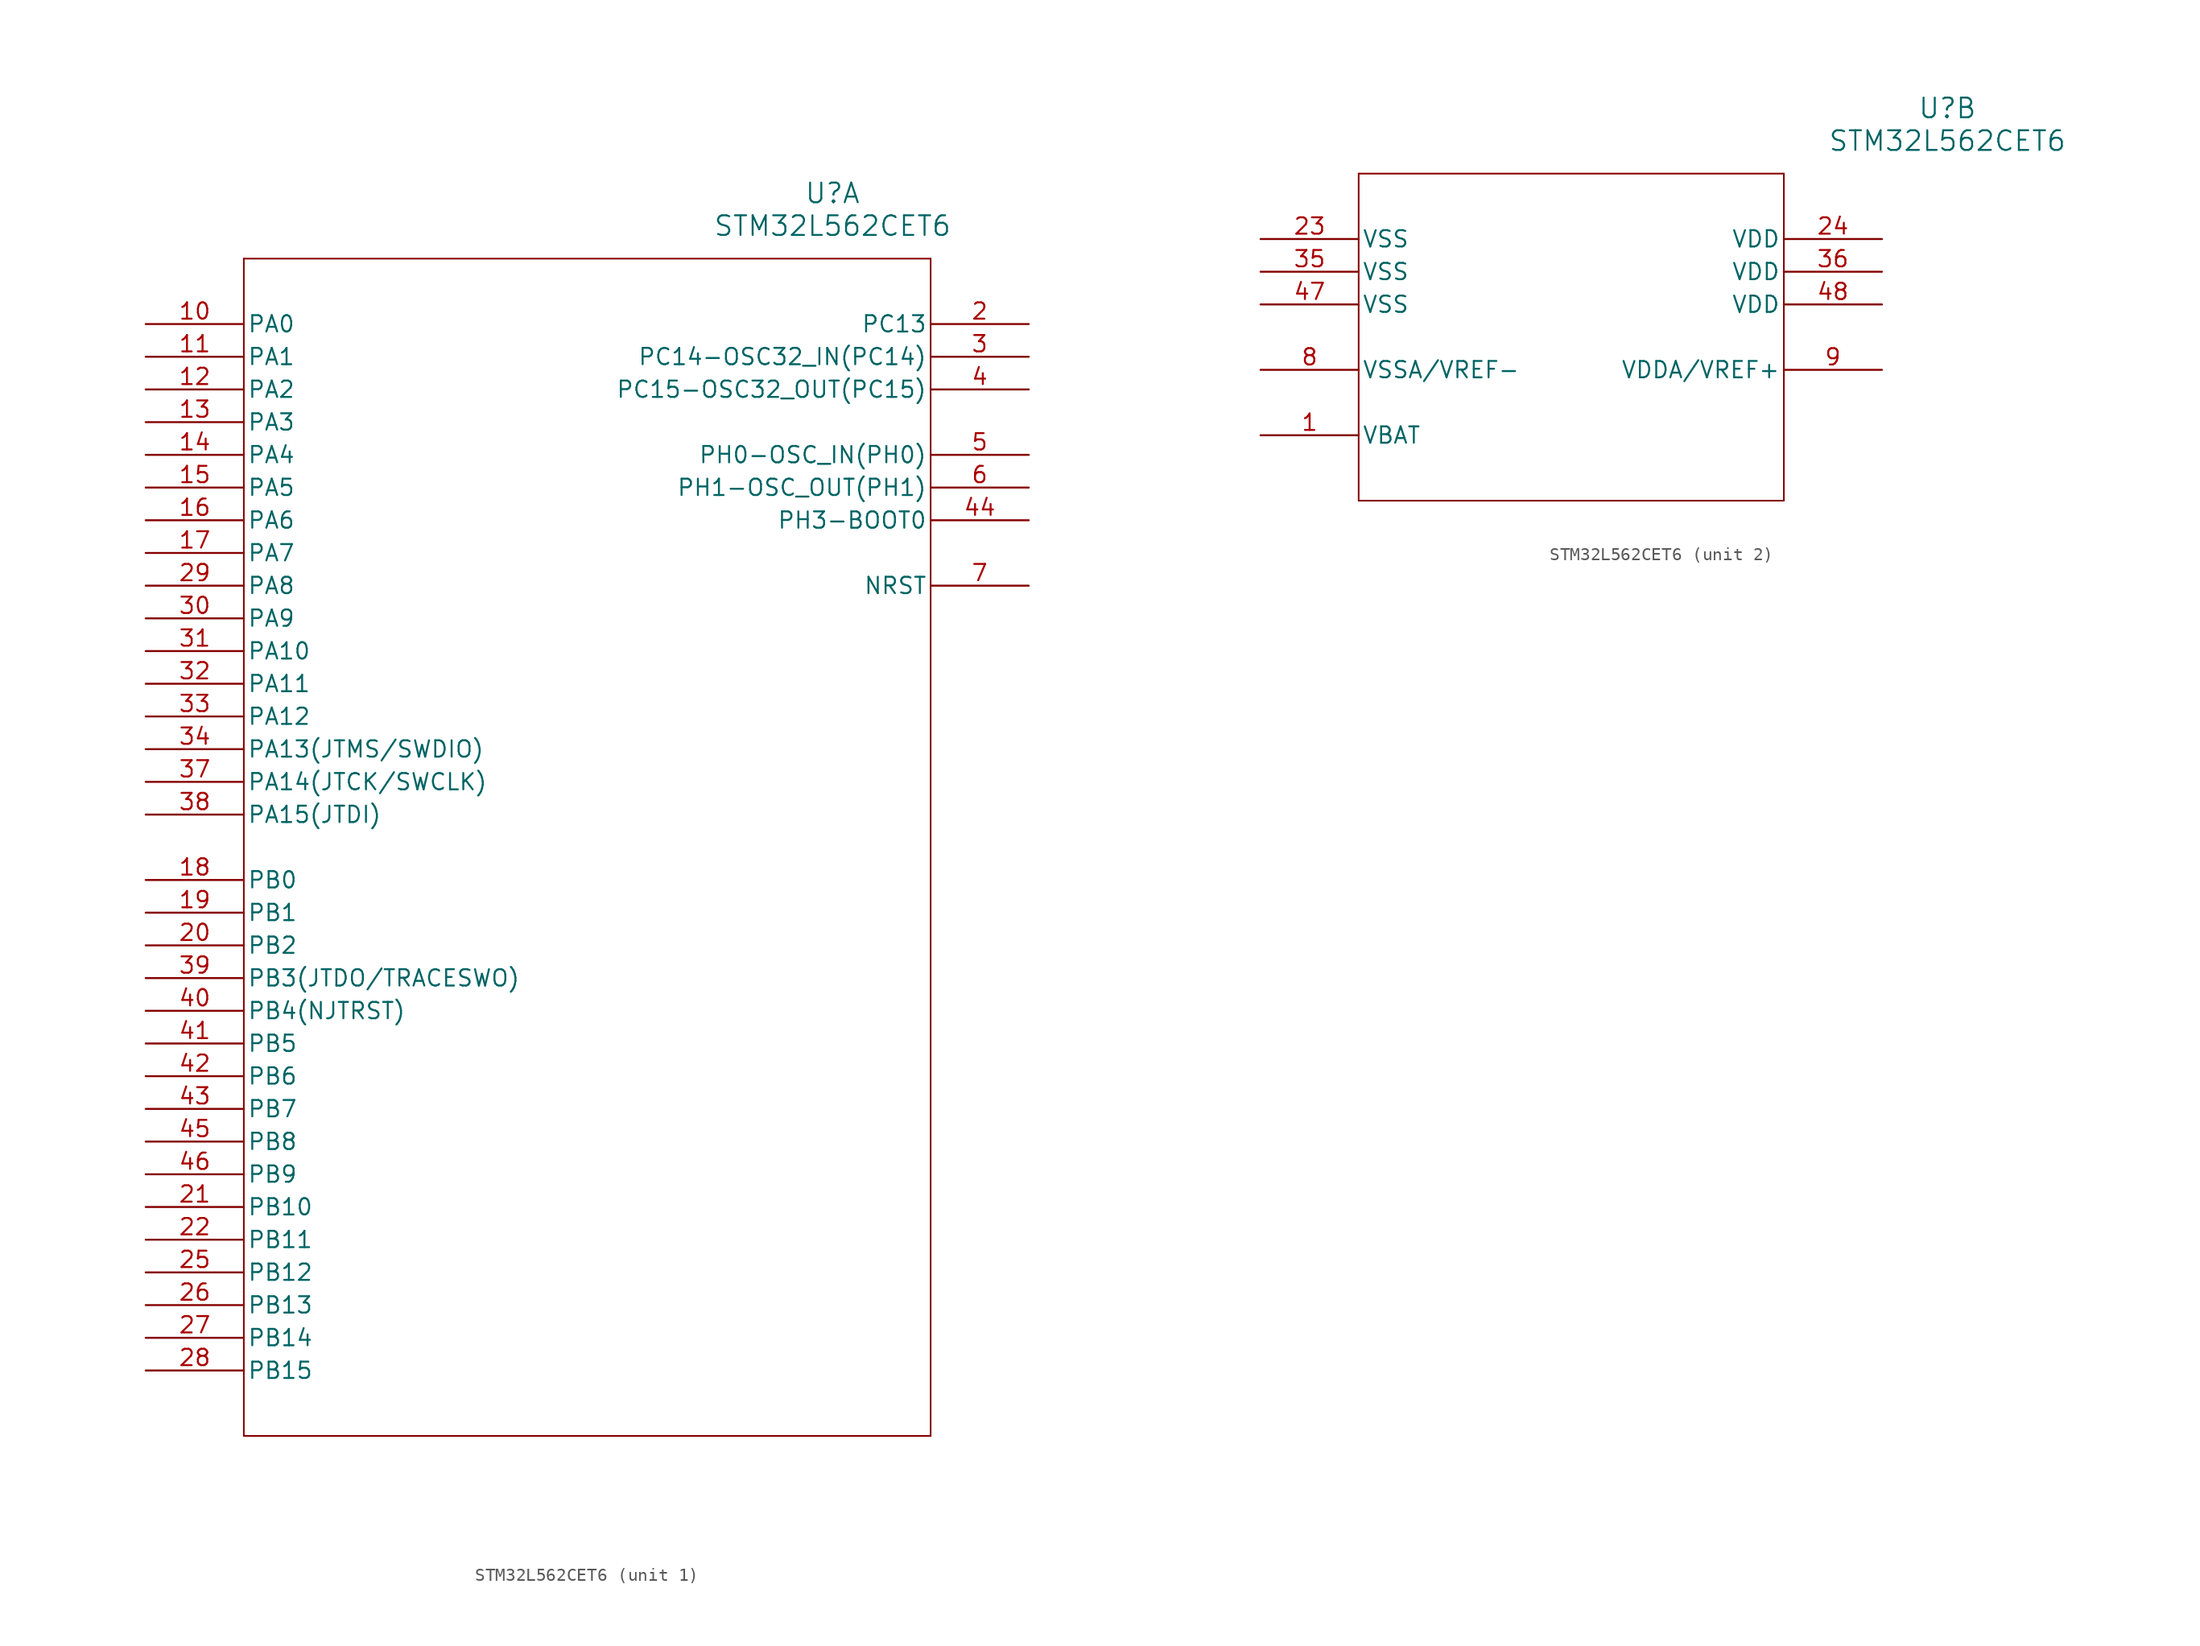
<source format=kicad_sym>
(kicad_symbol_lib
  (version 20211014)
  (generator kicad_symbol_editor)
  (symbol "STM32L562CET6"
    (pin_names
      (offset 0.254))
    (property "Reference" "U"
      (at 53.34 10.16 0)
      (effects (font (size 1.524 1.524))))
    (property "Value" "STM32L562CET6"
      (at 53.34 7.62 0)
      (effects (font (size 1.524 1.524))))
    (property "ki_locked" ""
      (at 0 0 0)
      (effects (font (size 1.27 1.27))))
    (symbol "STM32L562CET6_1_1"
      (polyline (pts (xy 7.62 -86.36) (xy 60.96 -86.36)) (stroke (width 0.127) (type default) (color 0 0 0 0)) (fill (type none)))
      (polyline (pts (xy 7.62 5.08) (xy 7.62 -86.36)) (stroke (width 0.127) (type default) (color 0 0 0 0)) (fill (type none)))
      (polyline (pts (xy 60.96 -86.36) (xy 60.96 5.08)) (stroke (width 0.127) (type default) (color 0 0 0 0)) (fill (type none)))
      (polyline (pts (xy 60.96 5.08) (xy 7.62 5.08)) (stroke (width 0.127) (type default) (color 0 0 0 0)) (fill (type none)))
      (pin bidirectional line (at 0 0 0) (length 7.62) (name "PA0" (effects (font (size 1.27 1.27)))) (number "10" (effects (font (size 1.27 1.27)))))
      (pin bidirectional line (at 0 -2.54 0) (length 7.62) (name "PA1" (effects (font (size 1.27 1.27)))) (number "11" (effects (font (size 1.27 1.27)))))
      (pin bidirectional line (at 0 -5.08 0) (length 7.62) (name "PA2" (effects (font (size 1.27 1.27)))) (number "12" (effects (font (size 1.27 1.27)))))
      (pin bidirectional line (at 0 -7.62 0) (length 7.62) (name "PA3" (effects (font (size 1.27 1.27)))) (number "13" (effects (font (size 1.27 1.27)))))
      (pin bidirectional line (at 0 -10.16 0) (length 7.62) (name "PA4" (effects (font (size 1.27 1.27)))) (number "14" (effects (font (size 1.27 1.27)))))
      (pin bidirectional line (at 0 -12.7 0) (length 7.62) (name "PA5" (effects (font (size 1.27 1.27)))) (number "15" (effects (font (size 1.27 1.27)))))
      (pin bidirectional line (at 0 -15.24 0) (length 7.62) (name "PA6" (effects (font (size 1.27 1.27)))) (number "16" (effects (font (size 1.27 1.27)))))
      (pin bidirectional line (at 0 -17.78 0) (length 7.62) (name "PA7" (effects (font (size 1.27 1.27)))) (number "17" (effects (font (size 1.27 1.27)))))
      (pin bidirectional line (at 0 -43.18 0) (length 7.62) (name "PB0" (effects (font (size 1.27 1.27)))) (number "18" (effects (font (size 1.27 1.27)))))
      (pin bidirectional line (at 0 -45.72 0) (length 7.62) (name "PB1" (effects (font (size 1.27 1.27)))) (number "19" (effects (font (size 1.27 1.27)))))
      (pin bidirectional line (at 68.58 0 180) (length 7.62) (name "PC13" (effects (font (size 1.27 1.27)))) (number "2" (effects (font (size 1.27 1.27)))))
      (pin bidirectional line (at 0 -48.26 0) (length 7.62) (name "PB2" (effects (font (size 1.27 1.27)))) (number "20" (effects (font (size 1.27 1.27)))))
      (pin bidirectional line (at 0 -68.58 0) (length 7.62) (name "PB10" (effects (font (size 1.27 1.27)))) (number "21" (effects (font (size 1.27 1.27)))))
      (pin bidirectional line (at 0 -71.12 0) (length 7.62) (name "PB11" (effects (font (size 1.27 1.27)))) (number "22" (effects (font (size 1.27 1.27)))))
      (pin bidirectional line (at 0 -73.66 0) (length 7.62) (name "PB12" (effects (font (size 1.27 1.27)))) (number "25" (effects (font (size 1.27 1.27)))))
      (pin bidirectional line (at 0 -76.2 0) (length 7.62) (name "PB13" (effects (font (size 1.27 1.27)))) (number "26" (effects (font (size 1.27 1.27)))))
      (pin bidirectional line (at 0 -78.74 0) (length 7.62) (name "PB14" (effects (font (size 1.27 1.27)))) (number "27" (effects (font (size 1.27 1.27)))))
      (pin bidirectional line (at 0 -81.28 0) (length 7.62) (name "PB15" (effects (font (size 1.27 1.27)))) (number "28" (effects (font (size 1.27 1.27)))))
      (pin bidirectional line (at 0 -20.32 0) (length 7.62) (name "PA8" (effects (font (size 1.27 1.27)))) (number "29" (effects (font (size 1.27 1.27)))))
      (pin bidirectional line (at 68.58 -2.54 180) (length 7.62) (name "PC14-OSC32_IN(PC14)" (effects (font (size 1.27 1.27)))) (number "3" (effects (font (size 1.27 1.27)))))
      (pin bidirectional line (at 0 -22.86 0) (length 7.62) (name "PA9" (effects (font (size 1.27 1.27)))) (number "30" (effects (font (size 1.27 1.27)))))
      (pin bidirectional line (at 0 -25.4 0) (length 7.62) (name "PA10" (effects (font (size 1.27 1.27)))) (number "31" (effects (font (size 1.27 1.27)))))
      (pin bidirectional line (at 0 -27.94 0) (length 7.62) (name "PA11" (effects (font (size 1.27 1.27)))) (number "32" (effects (font (size 1.27 1.27)))))
      (pin bidirectional line (at 0 -30.48 0) (length 7.62) (name "PA12" (effects (font (size 1.27 1.27)))) (number "33" (effects (font (size 1.27 1.27)))))
      (pin bidirectional line (at 0 -33.02 0) (length 7.62) (name "PA13(JTMS/SWDIO)" (effects (font (size 1.27 1.27)))) (number "34" (effects (font (size 1.27 1.27)))))
      (pin bidirectional line (at 0 -35.56 0) (length 7.62) (name "PA14(JTCK/SWCLK)" (effects (font (size 1.27 1.27)))) (number "37" (effects (font (size 1.27 1.27)))))
      (pin bidirectional line (at 0 -38.1 0) (length 7.62) (name "PA15(JTDI)" (effects (font (size 1.27 1.27)))) (number "38" (effects (font (size 1.27 1.27)))))
      (pin bidirectional line (at 0 -50.8 0) (length 7.62) (name "PB3(JTDO/TRACESWO)" (effects (font (size 1.27 1.27)))) (number "39" (effects (font (size 1.27 1.27)))))
      (pin bidirectional line (at 68.58 -5.08 180) (length 7.62) (name "PC15-OSC32_OUT(PC15)" (effects (font (size 1.27 1.27)))) (number "4" (effects (font (size 1.27 1.27)))))
      (pin bidirectional line (at 0 -53.34 0) (length 7.62) (name "PB4(NJTRST)" (effects (font (size 1.27 1.27)))) (number "40" (effects (font (size 1.27 1.27)))))
      (pin bidirectional line (at 0 -55.88 0) (length 7.62) (name "PB5" (effects (font (size 1.27 1.27)))) (number "41" (effects (font (size 1.27 1.27)))))
      (pin bidirectional line (at 0 -58.42 0) (length 7.62) (name "PB6" (effects (font (size 1.27 1.27)))) (number "42" (effects (font (size 1.27 1.27)))))
      (pin bidirectional line (at 0 -60.96 0) (length 7.62) (name "PB7" (effects (font (size 1.27 1.27)))) (number "43" (effects (font (size 1.27 1.27)))))
      (pin bidirectional line (at 68.58 -15.24 180) (length 7.62) (name "PH3-BOOT0" (effects (font (size 1.27 1.27)))) (number "44" (effects (font (size 1.27 1.27)))))
      (pin bidirectional line (at 0 -63.5 0) (length 7.62) (name "PB8" (effects (font (size 1.27 1.27)))) (number "45" (effects (font (size 1.27 1.27)))))
      (pin bidirectional line (at 0 -66.04 0) (length 7.62) (name "PB9" (effects (font (size 1.27 1.27)))) (number "46" (effects (font (size 1.27 1.27)))))
      (pin bidirectional line (at 68.58 -10.16 180) (length 7.62) (name "PH0-OSC_IN(PH0)" (effects (font (size 1.27 1.27)))) (number "5" (effects (font (size 1.27 1.27)))))
      (pin bidirectional line (at 68.58 -12.7 180) (length 7.62) (name "PH1-OSC_OUT(PH1)" (effects (font (size 1.27 1.27)))) (number "6" (effects (font (size 1.27 1.27)))))
      (pin bidirectional line (at 68.58 -20.32 180) (length 7.62) (name "NRST" (effects (font (size 1.27 1.27)))) (number "7" (effects (font (size 1.27 1.27))))))
    (symbol "STM32L562CET6_2_1"
      (polyline (pts (xy 7.62 -20.32) (xy 40.64 -20.32)) (stroke (width 0.127) (type default) (color 0 0 0 0)) (fill (type none)))
      (polyline (pts (xy 7.62 5.08) (xy 7.62 -20.32)) (stroke (width 0.127) (type default) (color 0 0 0 0)) (fill (type none)))
      (polyline (pts (xy 40.64 -20.32) (xy 40.64 5.08)) (stroke (width 0.127) (type default) (color 0 0 0 0)) (fill (type none)))
      (polyline (pts (xy 40.64 5.08) (xy 7.62 5.08)) (stroke (width 0.127) (type default) (color 0 0 0 0)) (fill (type none)))
      (pin power_in line (at 0 -15.24 0) (length 7.62) (name "VBAT" (effects (font (size 1.27 1.27)))) (number "1" (effects (font (size 1.27 1.27)))))
      (pin power_in line (at 0 0 0) (length 7.62) (name "VSS" (effects (font (size 1.27 1.27)))) (number "23" (effects (font (size 1.27 1.27)))))
      (pin power_in line (at 48.26 0 180) (length 7.62) (name "VDD" (effects (font (size 1.27 1.27)))) (number "24" (effects (font (size 1.27 1.27)))))
      (pin power_in line (at 0 -2.54 0) (length 7.62) (name "VSS" (effects (font (size 1.27 1.27)))) (number "35" (effects (font (size 1.27 1.27)))))
      (pin power_in line (at 48.26 -2.54 180) (length 7.62) (name "VDD" (effects (font (size 1.27 1.27)))) (number "36" (effects (font (size 1.27 1.27)))))
      (pin power_in line (at 0 -5.08 0) (length 7.62) (name "VSS" (effects (font (size 1.27 1.27)))) (number "47" (effects (font (size 1.27 1.27)))))
      (pin power_in line (at 48.26 -5.08 180) (length 7.62) (name "VDD" (effects (font (size 1.27 1.27)))) (number "48" (effects (font (size 1.27 1.27)))))
      (pin power_in line (at 0 -10.16 0) (length 7.62) (name "VSSA/VREF-" (effects (font (size 1.27 1.27)))) (number "8" (effects (font (size 1.27 1.27)))))
      (pin power_in line (at 48.26 -10.16 180) (length 7.62) (name "VDDA/VREF+" (effects (font (size 1.27 1.27)))) (number "9" (effects (font (size 1.27 1.27))))))))
</source>
